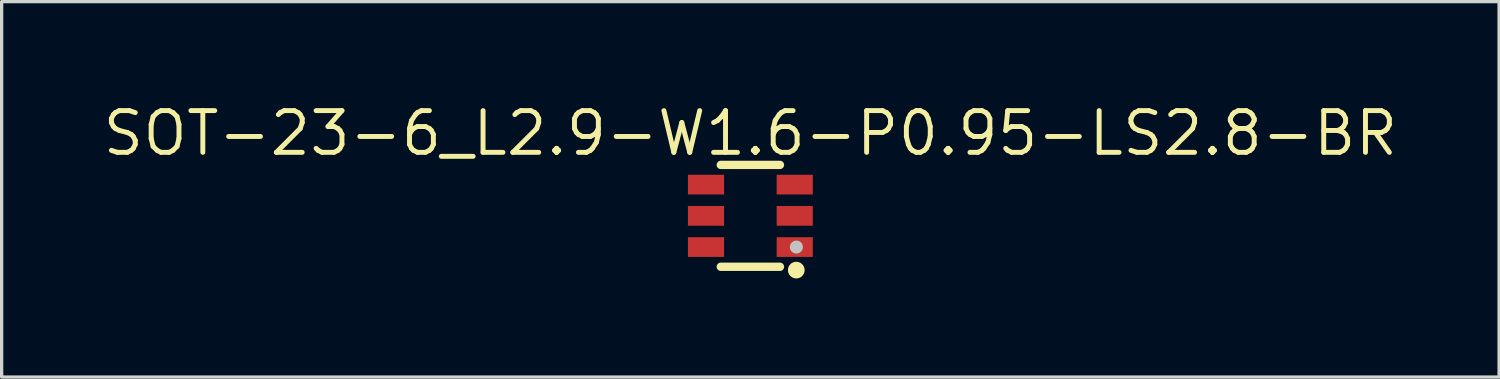
<source format=kicad_pcb>
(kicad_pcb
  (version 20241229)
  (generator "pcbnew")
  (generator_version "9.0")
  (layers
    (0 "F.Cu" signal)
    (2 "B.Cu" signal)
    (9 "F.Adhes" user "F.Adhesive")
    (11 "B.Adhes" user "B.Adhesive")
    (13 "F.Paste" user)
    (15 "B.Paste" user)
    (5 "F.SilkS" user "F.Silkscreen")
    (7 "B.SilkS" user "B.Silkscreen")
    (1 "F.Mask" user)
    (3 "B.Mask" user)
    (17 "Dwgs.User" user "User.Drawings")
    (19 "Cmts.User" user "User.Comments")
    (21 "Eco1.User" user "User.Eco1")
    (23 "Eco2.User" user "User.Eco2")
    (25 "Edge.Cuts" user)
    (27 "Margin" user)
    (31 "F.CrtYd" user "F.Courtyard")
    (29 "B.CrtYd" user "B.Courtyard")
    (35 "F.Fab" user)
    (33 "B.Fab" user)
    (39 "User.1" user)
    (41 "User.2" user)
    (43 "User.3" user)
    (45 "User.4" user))
  (footprint "SOT-23-6_L2.9-W1.6-P0.95-LS2.8-BR"
    (layer "F.Cu")
    (at 19.783 3.518)
    (property "Reference" "SOT-23-6_L2.9-W1.6-P0.95-LS2.8-BR" (at 0 -2.512 0) (layer "F.SilkS") (effects (font (size 1.27 1.27) (thickness 0.15))))
    (fp_line (start -0.9 -1.55) (end 0.9 -1.55) (stroke (width 0.254) (type default)) (layer "F.SilkS"))
    (fp_line (start -0.9 1.55) (end 0.9 1.55) (stroke (width 0.254) (type default)) (layer "F.SilkS"))
    (fp_circle (center 1.397 1.651) (end 1.524 1.651) (stroke (width 0.254) (type default)) (fill no) (layer "F.SilkS"))
    (fp_circle (center 1.4 0.95) (end 1.5 0.95) (stroke (width 0.2) (type default)) (fill no) (layer "Dwgs.User"))
    (fp_circle (center 1.4 1.45) (end 1.43 1.45) (stroke (width 0.06) (type default)) (fill no) (layer "User.5"))
    (pad "1" smd rect (at 1.35 0.95) (size 1.1 0.6) (layers "F.Cu" "F.Mask" "F.Paste"))
    (pad "2" smd rect (at 1.35 0) (size 1.1 0.6) (layers "F.Cu" "F.Mask" "F.Paste"))
    (pad "3" smd rect (at 1.35 -0.95) (size 1.1 0.6) (layers "F.Cu" "F.Mask" "F.Paste"))
    (pad "4" smd rect (at -1.35 -0.95) (size 1.1 0.6) (layers "F.Cu" "F.Mask" "F.Paste"))
    (pad "5" smd rect (at -1.35 0) (size 1.1 0.6) (layers "F.Cu" "F.Mask" "F.Paste"))
    (pad "6" smd rect (at -1.35 0.95) (size 1.1 0.6) (layers "F.Cu" "F.Mask" "F.Paste"))
    (zone (net_name "") (layer "User.3") (hatch edge 0.5) (priority 100) (connect_pads yes) (min_thickness 0) (filled_areas_thickness no) (fill yes) (polygon (pts (xy 18.983 4.968) (xy 18.983 2.068) (xy 20.583 2.068) (xy 20.583 4.968))) (filled_polygon (layer "User.3") (island) (pts (xy 18.983 4.968) (xy 18.983 2.068) (xy 20.583 2.068) (xy 20.583 4.968))))
    (zone (net_name "") (layer "User.4") (hatch edge 0.5) (priority 100) (connect_pads) (min_thickness 0) (filled_areas_thickness no) (keepout (tracks allowed) (vias allowed) (pads allowed) (copperpour not_allowed) (footprints allowed)) (placement (enabled no)) (fill) (polygon (pts (xy 18.848 2.783) (xy 18.848 2.353) (xy 18.993 2.353) (xy 18.993 2.783))))
    (zone (net_name "") (layer "User.4") (hatch edge 0.5) (priority 100) (connect_pads) (min_thickness 0) (filled_areas_thickness no) (keepout (tracks allowed) (vias allowed) (pads allowed) (copperpour not_allowed) (footprints allowed)) (placement (enabled no)) (fill) (polygon (pts (xy 18.848 3.733) (xy 18.848 3.303) (xy 18.993 3.303) (xy 18.993 3.733))))
    (zone (net_name "") (layer "User.4") (hatch edge 0.5) (priority 100) (connect_pads) (min_thickness 0) (filled_areas_thickness no) (keepout (tracks allowed) (vias allowed) (pads allowed) (copperpour not_allowed) (footprints allowed)) (placement (enabled no)) (fill) (polygon (pts (xy 18.848 4.683) (xy 18.848 4.253) (xy 18.993 4.253) (xy 18.993 4.683))))
    (zone (net_name "") (layer "User.4") (hatch edge 0.5) (priority 100) (connect_pads yes) (min_thickness 0) (filled_areas_thickness no) (fill yes) (polygon (pts (xy 18.858 2.783) (xy 18.858 2.353) (xy 18.383 2.353) (xy 18.383 2.783))) (filled_polygon (layer "User.4") (island) (pts (xy 18.858 2.783) (xy 18.858 2.353) (xy 18.383 2.353) (xy 18.383 2.783))))
    (zone (net_name "") (layer "User.4") (hatch edge 0.5) (priority 100) (connect_pads yes) (min_thickness 0) (filled_areas_thickness no) (fill yes) (polygon (pts (xy 18.858 3.733) (xy 18.858 3.303) (xy 18.383 3.303) (xy 18.383 3.733))) (filled_polygon (layer "User.4") (island) (pts (xy 18.858 3.733) (xy 18.858 3.303) (xy 18.383 3.303) (xy 18.383 3.733))))
    (zone (net_name "") (layer "User.4") (hatch edge 0.5) (priority 100) (connect_pads yes) (min_thickness 0) (filled_areas_thickness no) (fill yes) (polygon (pts (xy 18.858 4.683) (xy 18.858 4.253) (xy 18.383 4.253) (xy 18.383 4.683))) (filled_polygon (layer "User.4") (island) (pts (xy 18.858 4.683) (xy 18.858 4.253) (xy 18.383 4.253) (xy 18.383 4.683))))
    (zone (net_name "") (layer "User.4") (hatch edge 0.5) (priority 100) (connect_pads yes) (min_thickness 0) (filled_areas_thickness no) (fill yes) (polygon (pts (xy 20.708 2.783) (xy 20.708 2.353) (xy 21.183 2.353) (xy 21.183 2.783))) (filled_polygon (layer "User.4") (island) (pts (xy 20.708 2.783) (xy 20.708 2.353) (xy 21.183 2.353) (xy 21.183 2.783))))
    (zone (net_name "") (layer "User.4") (hatch edge 0.5) (priority 100) (connect_pads yes) (min_thickness 0) (filled_areas_thickness no) (fill yes) (polygon (pts (xy 20.708 3.733) (xy 20.708 3.303) (xy 21.183 3.303) (xy 21.183 3.733))) (filled_polygon (layer "User.4") (island) (pts (xy 20.708 3.733) (xy 20.708 3.303) (xy 21.183 3.303) (xy 21.183 3.733))))
    (zone (net_name "") (layer "User.4") (hatch edge 0.5) (priority 100) (connect_pads yes) (min_thickness 0) (filled_areas_thickness no) (fill yes) (polygon (pts (xy 20.708 4.683) (xy 20.708 4.253) (xy 21.183 4.253) (xy 21.183 4.683))) (filled_polygon (layer "User.4") (island) (pts (xy 20.708 4.683) (xy 20.708 4.253) (xy 21.183 4.253) (xy 21.183 4.683))))
    (zone (net_name "") (layer "User.4") (hatch edge 0.5) (priority 100) (connect_pads) (min_thickness 0) (filled_areas_thickness no) (keepout (tracks allowed) (vias allowed) (pads allowed) (copperpour not_allowed) (footprints allowed)) (placement (enabled no)) (fill) (polygon (pts (xy 20.718 2.353) (xy 20.718 2.783) (xy 20.573 2.783) (xy 20.573 2.353))))
    (zone (net_name "") (layer "User.4") (hatch edge 0.5) (priority 100) (connect_pads) (min_thickness 0) (filled_areas_thickness no) (keepout (tracks allowed) (vias allowed) (pads allowed) (copperpour not_allowed) (footprints allowed)) (placement (enabled no)) (fill) (polygon (pts (xy 20.718 3.303) (xy 20.718 3.733) (xy 20.573 3.733) (xy 20.573 3.303))))
    (zone (net_name "") (layer "User.4") (hatch edge 0.5) (priority 100) (connect_pads) (min_thickness 0) (filled_areas_thickness no) (keepout (tracks allowed) (vias allowed) (pads allowed) (copperpour not_allowed) (footprints allowed)) (placement (enabled no)) (fill) (polygon (pts (xy 20.718 4.253) (xy 20.718 4.683) (xy 20.573 4.683) (xy 20.573 4.253)))))
  (gr_rect
    (start -3 -3)
    (end 42.566 8.423)
    (stroke (width 0.1) (type default))
    (fill no)
    (layer "Edge.Cuts")))
</source>
